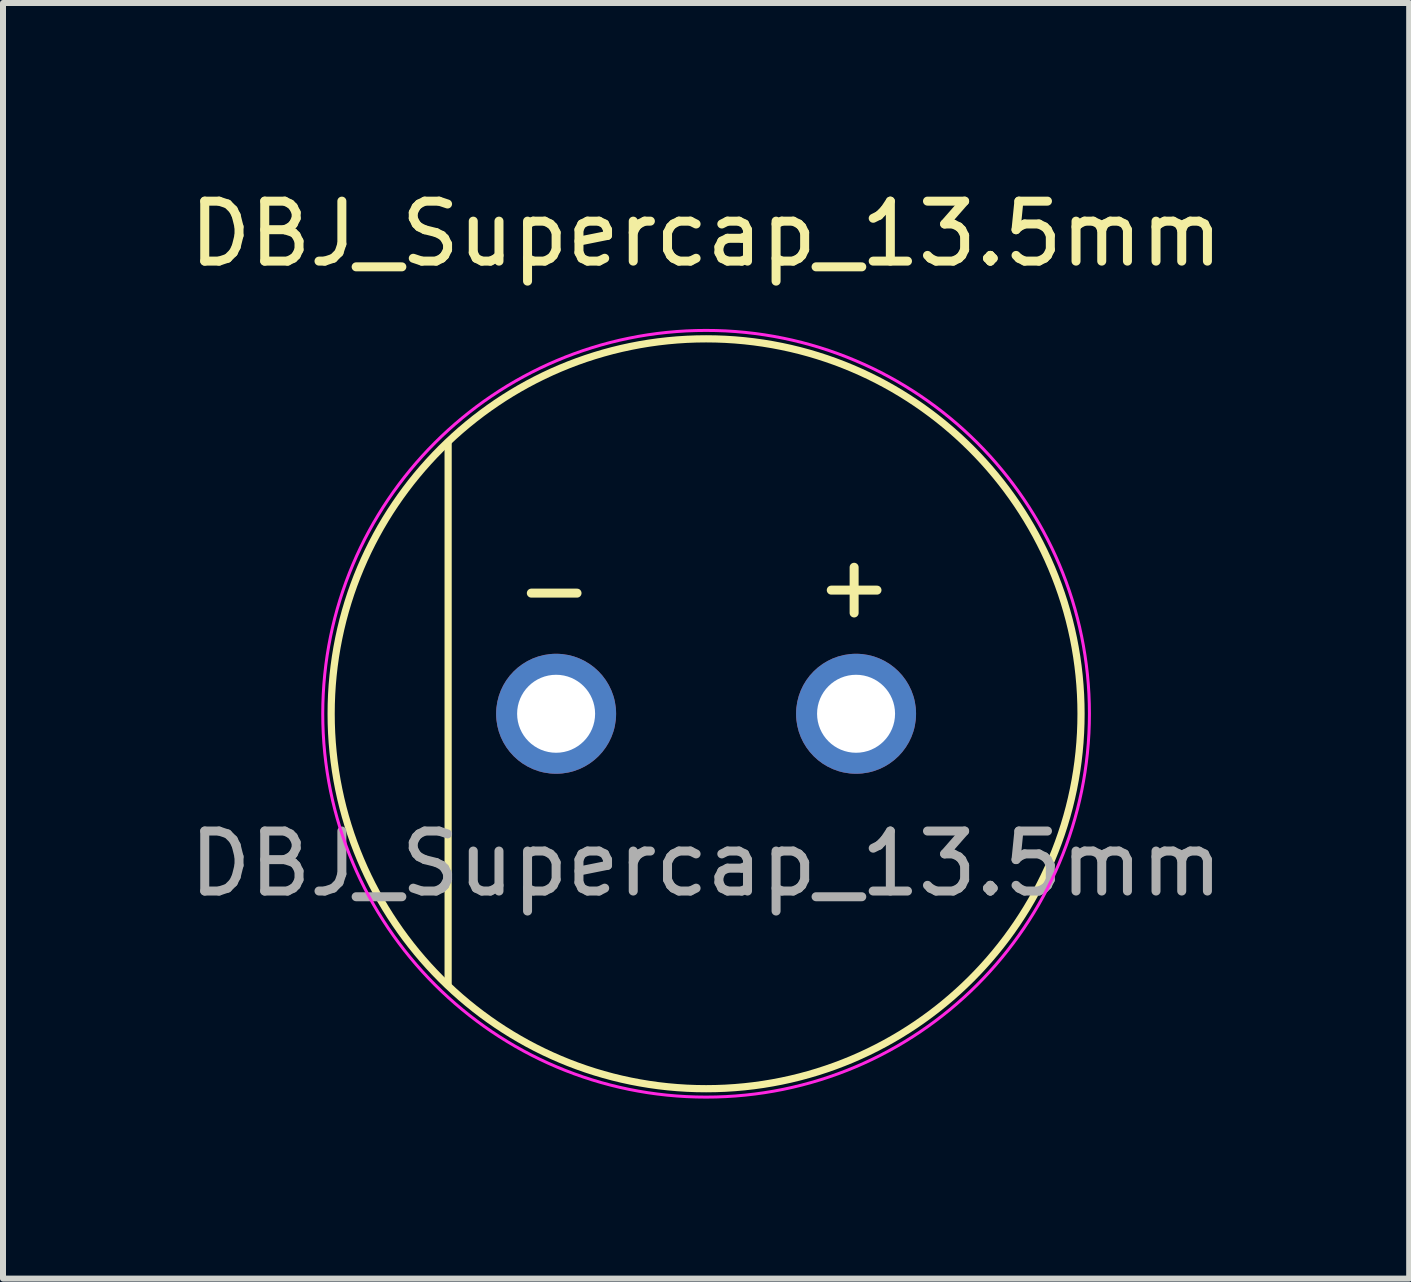
<source format=kicad_pcb>
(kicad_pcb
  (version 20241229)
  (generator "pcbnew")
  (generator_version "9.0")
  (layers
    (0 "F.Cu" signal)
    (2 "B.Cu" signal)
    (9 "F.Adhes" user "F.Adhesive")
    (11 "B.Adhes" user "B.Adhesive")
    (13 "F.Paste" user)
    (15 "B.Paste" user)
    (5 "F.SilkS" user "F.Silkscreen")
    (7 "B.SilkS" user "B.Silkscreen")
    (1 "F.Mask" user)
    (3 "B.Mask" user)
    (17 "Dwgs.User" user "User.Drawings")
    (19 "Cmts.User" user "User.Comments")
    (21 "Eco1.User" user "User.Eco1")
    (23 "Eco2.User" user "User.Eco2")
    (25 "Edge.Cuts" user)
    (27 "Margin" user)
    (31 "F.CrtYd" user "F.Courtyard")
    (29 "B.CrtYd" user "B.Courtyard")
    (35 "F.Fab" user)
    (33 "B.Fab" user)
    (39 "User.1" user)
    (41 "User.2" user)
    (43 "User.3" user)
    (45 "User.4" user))
  (footprint "DBJ_Supercap_13.5mm"
    (layer "F.Cu")
    (at 8.72 8.848)
    (property "Reference" "DBJ_Supercap_13.5mm" (at 0 -8 0) (unlocked yes) (layer "F.SilkS") (effects (font (size 1 1) (thickness 0.15))))
    (attr through_hole)
    (fp_line (start -4.3 -4.5) (end -4.3 4.5) (stroke (width 0.12) (type default)) (layer "F.SilkS"))
    (fp_circle (center 0 0) (end 6.25 0) (stroke (width 0.12) (type default)) (fill no) (layer "F.SilkS"))
    (fp_circle (center 0 0) (end 3.85 5.1) (stroke (width 0.05) (type default)) (fill no) (layer "F.CrtYd"))
    (fp_text user "-" (at -3.25 -1.5 0) (unlocked yes) (layer "F.SilkS") (effects (font (size 1 1) (thickness 0.15)) (justify left bottom)))
    (fp_text user "+" (at 1.75 -1.55 0) (unlocked yes) (layer "F.SilkS") (effects (font (size 1 1) (thickness 0.15)) (justify left bottom)))
    (fp_text user "${REFERENCE}" (at 0 2.5 0) (unlocked yes) (layer "F.Fab") (effects (font (size 1 1) (thickness 0.15))))
    (pad "1" thru_hole circle (at -2.5 0) (size 2 2) (drill 1.3) (layers "*.Cu" "*.Mask") (remove_unused_layers yes) (keep_end_layers yes) (zone_layer_connections))
    (pad "2" thru_hole circle (at 2.5 0) (size 2 2) (drill 1.3) (layers "*.Cu" "*.Mask") (remove_unused_layers yes) (keep_end_layers yes) (zone_layer_connections)))
  (gr_rect
    (start -3 -3)
    (end 20.44 18.263)
    (stroke (width 0.1) (type default))
    (fill no)
    (layer "Edge.Cuts")))
</source>
